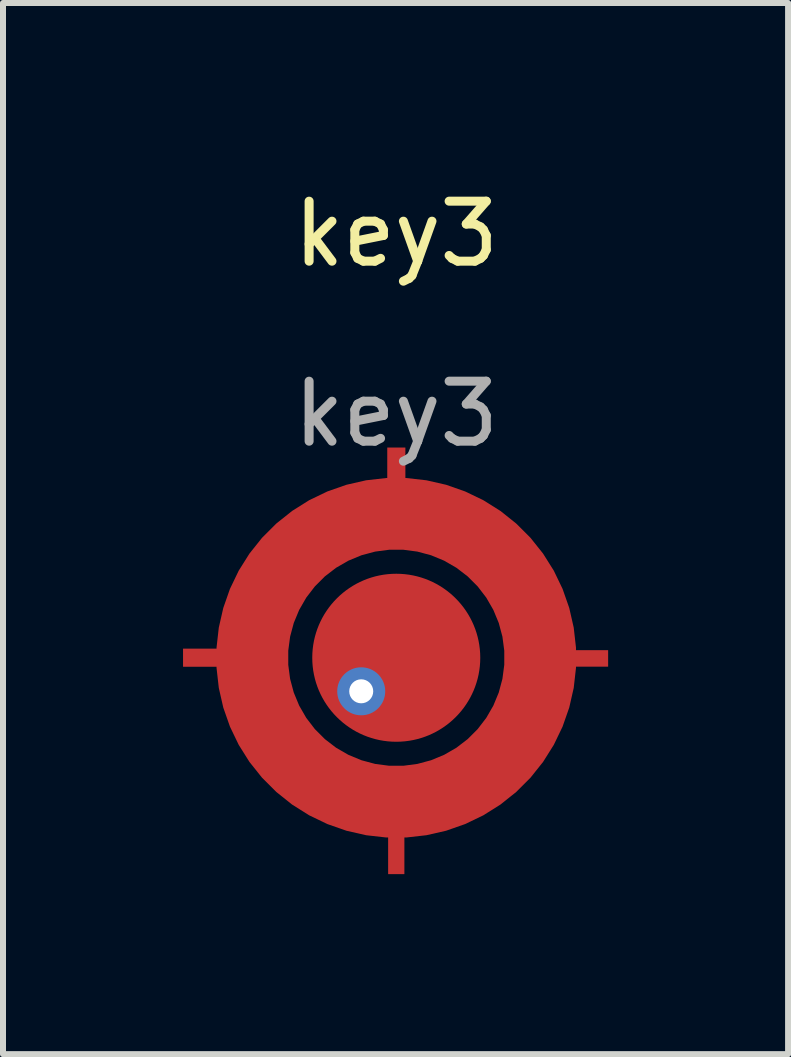
<source format=kicad_pcb>
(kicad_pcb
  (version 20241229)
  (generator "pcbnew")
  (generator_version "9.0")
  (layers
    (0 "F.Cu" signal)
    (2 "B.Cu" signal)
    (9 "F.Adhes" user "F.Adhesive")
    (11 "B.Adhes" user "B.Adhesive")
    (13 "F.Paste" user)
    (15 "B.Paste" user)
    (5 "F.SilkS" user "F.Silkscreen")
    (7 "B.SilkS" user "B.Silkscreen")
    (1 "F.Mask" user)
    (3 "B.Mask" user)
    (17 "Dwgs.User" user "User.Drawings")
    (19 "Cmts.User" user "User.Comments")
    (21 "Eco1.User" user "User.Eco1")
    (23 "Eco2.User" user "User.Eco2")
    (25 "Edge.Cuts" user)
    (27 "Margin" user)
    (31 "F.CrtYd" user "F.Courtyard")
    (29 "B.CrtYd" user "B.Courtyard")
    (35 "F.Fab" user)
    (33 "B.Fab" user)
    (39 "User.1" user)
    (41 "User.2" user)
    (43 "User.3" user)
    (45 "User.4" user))
  (footprint "key3"
    (layer "F.Cu")
    (at 3.554 7.912)
    (property "Reference" "key3" (at 0 -7.064 0) (unlocked yes) (layer "F.SilkS") (effects (font (size 1 1) (thickness 0.15))))
    (attr smd)
    (fp_circle (center 0 0) (end 3.25 0) (stroke (width 0.12) (type solid)) (fill yes) (layer "F.Mask"))
    (fp_text user "${REFERENCE}" (at 0 -4.064 0) (unlocked yes) (layer "F.Fab") (effects (font (size 1 1) (thickness 0.15))))
    (pad "1" thru_hole circle (at -0.584 0.559) (size 0.8 0.8) (drill 0.4) (layers "*.Cu"))
    (pad "1" smd circle (at 0 0) (size 2.8 2.8) (layers "F.Cu"))
    (pad "2" smd rect (at -3.25 -0.001 180) (size 0.607 0.302) (layers "F.Cu"))
    (pad "2" smd custom (at 0 0) (size 0.001 0.001) (layers "F.Cu") (options (anchor rect)) (primitives (gr_circle (center 0 0) (end 2.4 0) (width 1.2) (fill no))))
    (pad "2" smd rect (at 0 3.226 270) (size 0.76 0.271) (layers "F.Cu"))
    (pad "2" smd rect (at 0.001 -3.187 90) (size 0.633 0.302) (layers "F.Cu"))
    (pad "2" smd rect (at 3.239 0.011) (size 0.584 0.275) (layers "F.Cu"))
    (zone (net_name "") (layer "F.Cu") (hatch edge 0.508) (connect_pads) (min_thickness 0.254) (filled_areas_thickness no) (keepout (tracks allowed) (vias allowed) (pads allowed) (copperpour not_allowed) (footprints allowed)) (placement (enabled no)) (fill) (polygon (pts (xy 3.554 7.912) (xy 0.252 7.912) (xy 0.252 6.896) (xy 1.014 5.626) (xy 2.03 4.864) (xy 3.046 4.61) (xy 3.554 4.61))))
    (zone (net_name "") (layer "F.Cu") (hatch edge 0.508) (connect_pads) (min_thickness 0.254) (filled_areas_thickness no) (keepout (tracks allowed) (vias allowed) (pads allowed) (copperpour not_allowed) (footprints allowed)) (placement (enabled no)) (fill) (polygon (pts (xy 3.554 7.912) (xy 3.554 4.61) (xy 4.57 4.61) (xy 5.84 5.372) (xy 6.602 6.388) (xy 6.856 7.404) (xy 6.856 7.912))))
    (zone (net_name "") (layer "F.Cu") (hatch edge 0.508) (connect_pads) (min_thickness 0.254) (filled_areas_thickness no) (keepout (tracks allowed) (vias allowed) (pads allowed) (copperpour not_allowed) (footprints allowed)) (placement (enabled no)) (fill) (polygon (pts (xy 3.554 7.912) (xy 3.554 11.214) (xy 2.538 11.214) (xy 1.268 10.452) (xy 0.506 9.436) (xy 0.252 8.42) (xy 0.252 7.912))))
    (zone (net_name "") (layer "F.Cu") (hatch edge 0.508) (connect_pads) (min_thickness 0.254) (filled_areas_thickness no) (keepout (tracks allowed) (vias allowed) (pads allowed) (copperpour not_allowed) (footprints allowed)) (placement (enabled no)) (fill) (polygon (pts (xy 3.554 7.912) (xy 6.856 7.912) (xy 6.856 8.928) (xy 6.094 10.198) (xy 5.078 10.96) (xy 4.062 11.214) (xy 3.554 11.214)))))
  (gr_rect
    (start -3 -3)
    (end 10.084 14.518)
    (stroke (width 0.1) (type default))
    (fill no)
    (layer "Edge.Cuts")))
</source>
